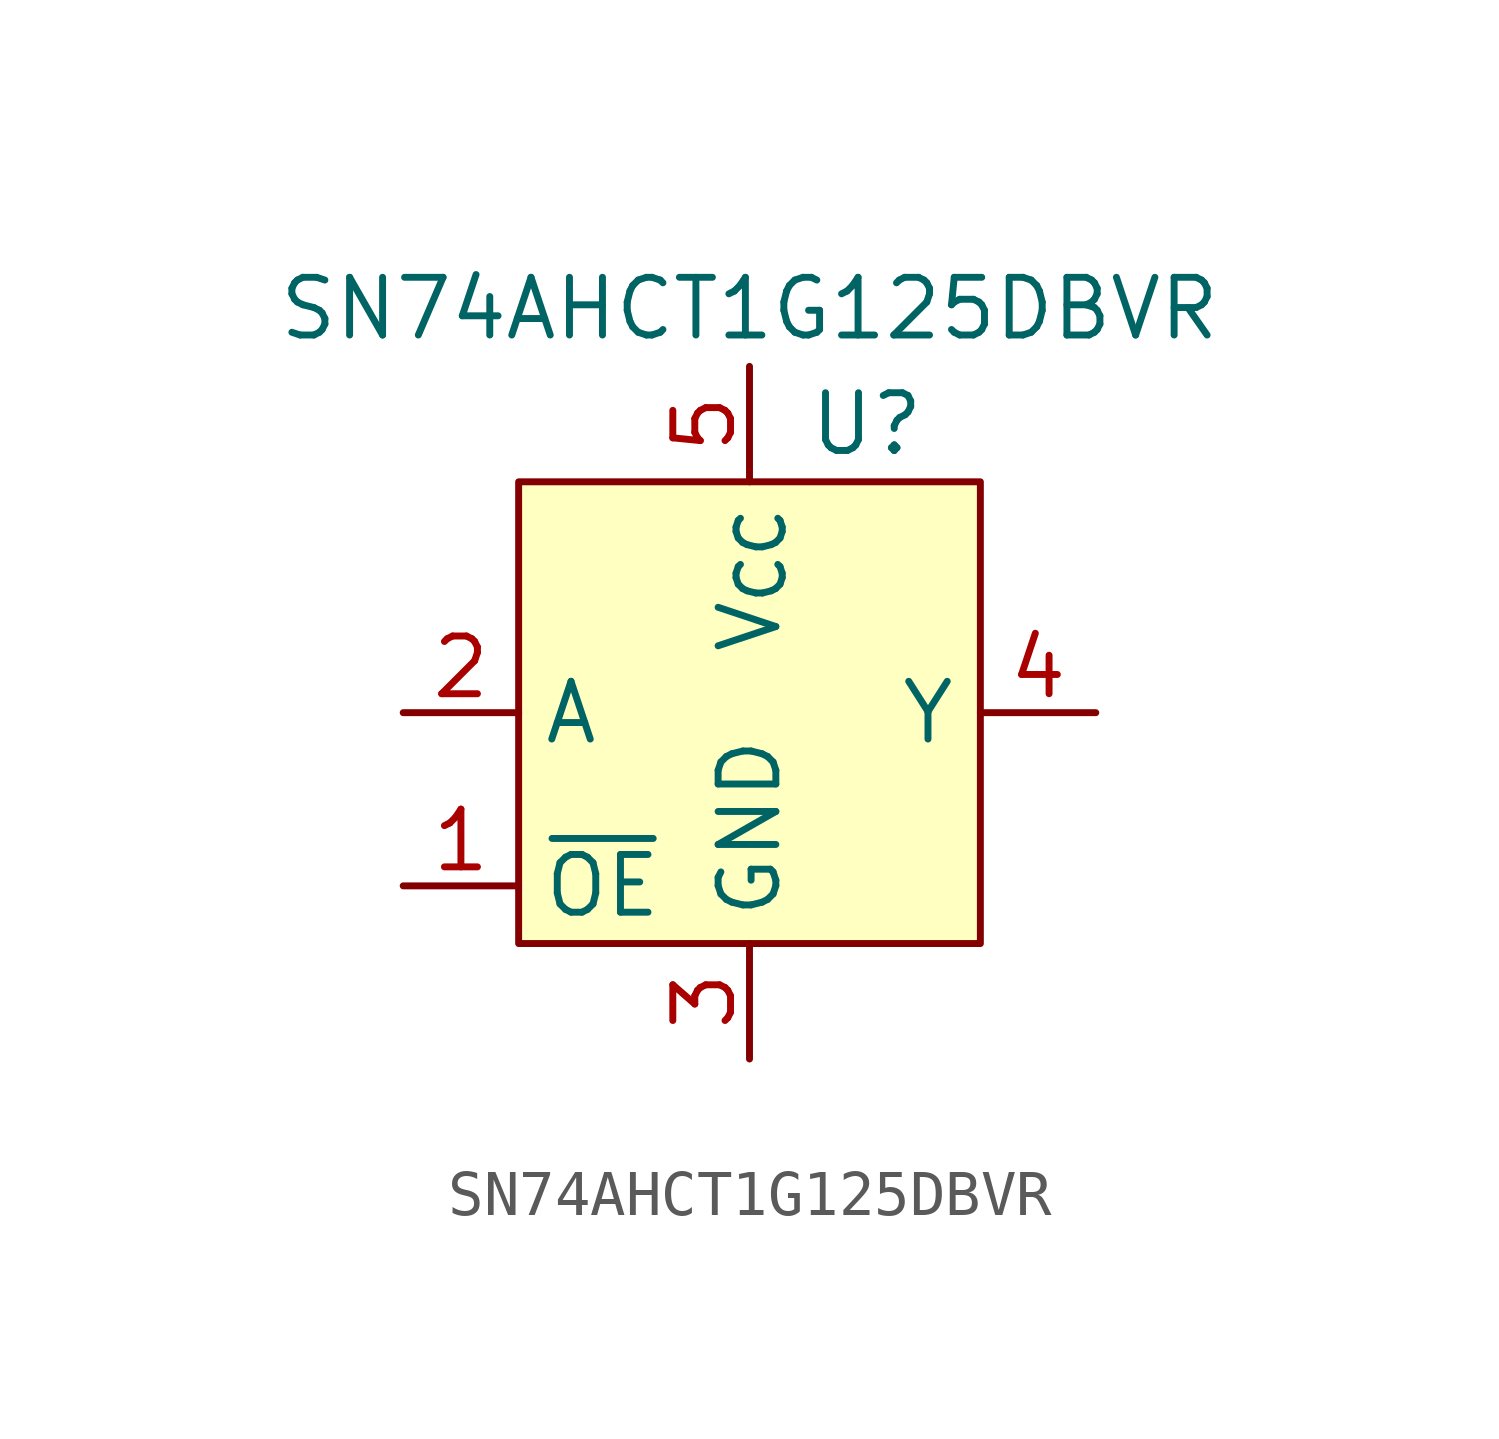
<source format=kicad_sym>
(kicad_symbol_lib
  (version 20220914)
  (generator kicad_symbol_editor)
  (symbol "SN74AHCT1G125DBVR"
    (property "Reference" "U"
      (at 1.27 6.35 0)
      (effects (font (size 1.27 1.27)) (justify left)))
    (property "Value" "SN74AHCT1G125DBVR"
      (at 0 8.89 0)
      (effects (font (size 1.27 1.27))))
    (symbol "SN74AHCT1G125DBVR_0_0"
      (pin input line (at -7.62 -3.81 0) (length 2.54) (name "~{OE}" (effects (font (size 1.27 1.27)))) (number "1" (effects (font (size 1.27 1.27)))))
      (pin input line (at -7.62 0 0) (length 2.54) (name "A" (effects (font (size 1.27 1.27)))) (number "2" (effects (font (size 1.27 1.27)))))
      (pin power_in line (at 0 -7.62 90) (length 2.54) (name "GND" (effects (font (size 1.27 1.27)))) (number "3" (effects (font (size 1.27 1.27)))))
      (pin output line (at 7.62 0 180) (length 2.54) (name "Y" (effects (font (size 1.27 1.27)))) (number "4" (effects (font (size 1.27 1.27)))))
      (pin power_in line (at 0 7.62 270) (length 2.54) (name "V_{CC}" (effects (font (size 1.27 1.27)))) (number "5" (effects (font (size 1.27 1.27))))))
    (symbol "SN74AHCT1G125DBVR_1_1"
      (rectangle (start -5.08 5.08) (end 5.08 -5.08) (stroke (width 0) (type default)) (fill (type background))))))
</source>
